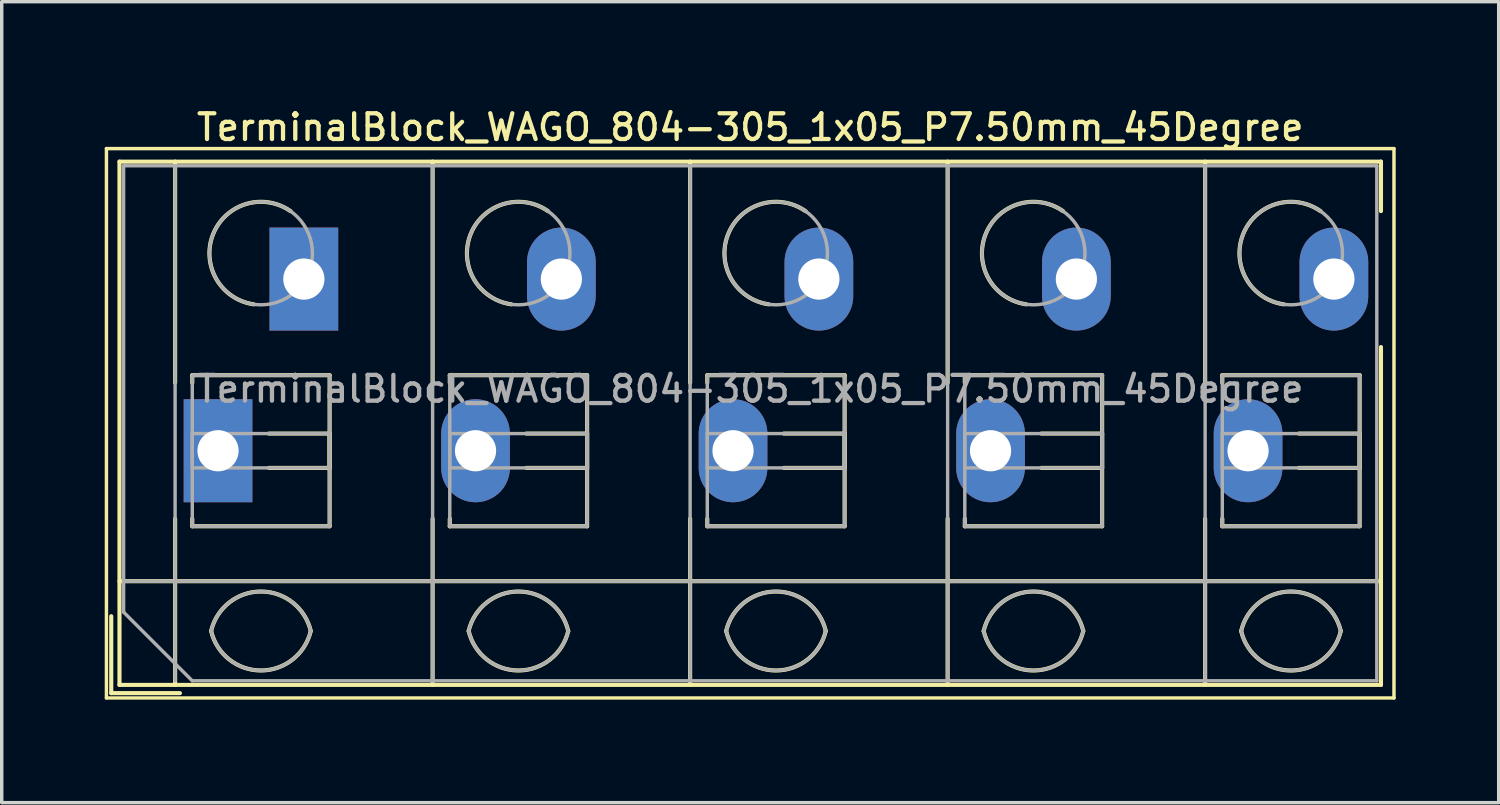
<source format=kicad_pcb>
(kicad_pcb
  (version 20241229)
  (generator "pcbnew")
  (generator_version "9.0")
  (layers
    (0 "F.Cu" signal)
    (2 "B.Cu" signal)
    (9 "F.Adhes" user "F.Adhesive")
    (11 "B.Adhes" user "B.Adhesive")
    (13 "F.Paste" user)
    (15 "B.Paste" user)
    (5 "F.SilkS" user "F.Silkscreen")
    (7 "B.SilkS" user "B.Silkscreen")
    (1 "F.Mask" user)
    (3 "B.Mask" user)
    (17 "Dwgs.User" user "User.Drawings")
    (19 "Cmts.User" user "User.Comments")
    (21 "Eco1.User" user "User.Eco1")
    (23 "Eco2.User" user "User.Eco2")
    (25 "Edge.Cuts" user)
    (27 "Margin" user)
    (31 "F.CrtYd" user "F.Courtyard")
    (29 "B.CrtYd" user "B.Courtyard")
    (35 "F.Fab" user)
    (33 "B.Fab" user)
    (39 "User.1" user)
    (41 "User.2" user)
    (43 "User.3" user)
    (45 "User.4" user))
  (footprint "TerminalBlock_WAGO_804-305_1x05_P7.50mm_45Degree"
    (layer "F.Cu")
    (at 3.3 10.078)
    (property "Reference" "TerminalBlock_WAGO_804-305_1x05_P7.50mm_45Degree" (at 15.5 -9.42 0) (layer "F.SilkS") (effects (font (size 0.75 0.75) (thickness 0.125))))
    (attr through_hole)
    (fp_line (start -3.25 -8.8) (end -3.25 7.2) (stroke (width 0.1) (type solid)) (layer "F.SilkS"))
    (fp_line (start -3.25 7.2) (end 34.25 7.2) (stroke (width 0.1) (type solid)) (layer "F.SilkS"))
    (fp_line (start -3.11 4.82) (end -3.11 7.06) (stroke (width 0.12) (type solid)) (layer "F.SilkS"))
    (fp_line (start -3.11 7.06) (end -1.11 7.06) (stroke (width 0.12) (type solid)) (layer "F.SilkS"))
    (fp_line (start -2.87 -8.42) (end -2.87 6.82) (stroke (width 0.12) (type solid)) (layer "F.SilkS"))
    (fp_line (start -2.87 -8.42) (end 33.871 -8.42) (stroke (width 0.12) (type solid)) (layer "F.SilkS"))
    (fp_line (start -2.87 3.8) (end 33.871 3.8) (stroke (width 0.12) (type solid)) (layer "F.SilkS"))
    (fp_line (start -2.87 6.82) (end 33.871 6.82) (stroke (width 0.12) (type solid)) (layer "F.SilkS"))
    (fp_line (start -1.25 -8.42) (end -1.25 -1.98) (stroke (width 0.12) (type solid)) (layer "F.SilkS"))
    (fp_line (start -1.25 1.98) (end -1.25 6.82) (stroke (width 0.12) (type solid)) (layer "F.SilkS"))
    (fp_line (start -0.75 -2.2) (end -0.75 -1.98) (stroke (width 0.12) (type solid)) (layer "F.SilkS"))
    (fp_line (start -0.75 -2.2) (end 3.25 -2.2) (stroke (width 0.12) (type solid)) (layer "F.SilkS"))
    (fp_line (start -0.75 1.98) (end -0.75 2.2) (stroke (width 0.12) (type solid)) (layer "F.SilkS"))
    (fp_line (start -0.75 2.2) (end 3.25 2.2) (stroke (width 0.12) (type solid)) (layer "F.SilkS"))
    (fp_line (start 1.48 -0.5) (end 3.25 -0.5) (stroke (width 0.12) (type solid)) (layer "F.SilkS"))
    (fp_line (start 1.48 0.5) (end 3.25 0.5) (stroke (width 0.12) (type solid)) (layer "F.SilkS"))
    (fp_line (start 3.25 -2.2) (end 3.25 2.2) (stroke (width 0.12) (type solid)) (layer "F.SilkS"))
    (fp_line (start 3.25 -0.5) (end 3.25 0.5) (stroke (width 0.12) (type solid)) (layer "F.SilkS"))
    (fp_line (start 6.25 -8.42) (end 6.25 -1.98) (stroke (width 0.12) (type solid)) (layer "F.SilkS"))
    (fp_line (start 6.25 1.98) (end 6.25 6.82) (stroke (width 0.12) (type solid)) (layer "F.SilkS"))
    (fp_line (start 6.75 -2.2) (end 6.75 -1.98) (stroke (width 0.12) (type solid)) (layer "F.SilkS"))
    (fp_line (start 6.75 -2.2) (end 10.75 -2.2) (stroke (width 0.12) (type solid)) (layer "F.SilkS"))
    (fp_line (start 6.75 1.98) (end 6.75 2.2) (stroke (width 0.12) (type solid)) (layer "F.SilkS"))
    (fp_line (start 6.75 2.2) (end 10.75 2.2) (stroke (width 0.12) (type solid)) (layer "F.SilkS"))
    (fp_line (start 8.98 -0.5) (end 10.75 -0.5) (stroke (width 0.12) (type solid)) (layer "F.SilkS"))
    (fp_line (start 8.98 0.5) (end 10.75 0.5) (stroke (width 0.12) (type solid)) (layer "F.SilkS"))
    (fp_line (start 10.75 -2.2) (end 10.75 2.2) (stroke (width 0.12) (type solid)) (layer "F.SilkS"))
    (fp_line (start 10.75 -0.5) (end 10.75 0.5) (stroke (width 0.12) (type solid)) (layer "F.SilkS"))
    (fp_line (start 13.75 -8.42) (end 13.75 -1.98) (stroke (width 0.12) (type solid)) (layer "F.SilkS"))
    (fp_line (start 13.75 1.98) (end 13.75 6.82) (stroke (width 0.12) (type solid)) (layer "F.SilkS"))
    (fp_line (start 14.25 -2.2) (end 14.25 -1.98) (stroke (width 0.12) (type solid)) (layer "F.SilkS"))
    (fp_line (start 14.25 -2.2) (end 18.25 -2.2) (stroke (width 0.12) (type solid)) (layer "F.SilkS"))
    (fp_line (start 14.25 1.98) (end 14.25 2.2) (stroke (width 0.12) (type solid)) (layer "F.SilkS"))
    (fp_line (start 14.25 2.2) (end 18.25 2.2) (stroke (width 0.12) (type solid)) (layer "F.SilkS"))
    (fp_line (start 16.48 -0.5) (end 18.25 -0.5) (stroke (width 0.12) (type solid)) (layer "F.SilkS"))
    (fp_line (start 16.48 0.5) (end 18.25 0.5) (stroke (width 0.12) (type solid)) (layer "F.SilkS"))
    (fp_line (start 18.25 -2.2) (end 18.25 2.2) (stroke (width 0.12) (type solid)) (layer "F.SilkS"))
    (fp_line (start 18.25 -0.5) (end 18.25 0.5) (stroke (width 0.12) (type solid)) (layer "F.SilkS"))
    (fp_line (start 21.25 -8.42) (end 21.25 -1.98) (stroke (width 0.12) (type solid)) (layer "F.SilkS"))
    (fp_line (start 21.25 1.98) (end 21.25 6.82) (stroke (width 0.12) (type solid)) (layer "F.SilkS"))
    (fp_line (start 21.75 -2.2) (end 21.75 -1.98) (stroke (width 0.12) (type solid)) (layer "F.SilkS"))
    (fp_line (start 21.75 -2.2) (end 25.75 -2.2) (stroke (width 0.12) (type solid)) (layer "F.SilkS"))
    (fp_line (start 21.75 1.98) (end 21.75 2.2) (stroke (width 0.12) (type solid)) (layer "F.SilkS"))
    (fp_line (start 21.75 2.2) (end 25.75 2.2) (stroke (width 0.12) (type solid)) (layer "F.SilkS"))
    (fp_line (start 23.98 -0.5) (end 25.75 -0.5) (stroke (width 0.12) (type solid)) (layer "F.SilkS"))
    (fp_line (start 23.98 0.5) (end 25.75 0.5) (stroke (width 0.12) (type solid)) (layer "F.SilkS"))
    (fp_line (start 25.75 -2.2) (end 25.75 2.2) (stroke (width 0.12) (type solid)) (layer "F.SilkS"))
    (fp_line (start 25.75 -0.5) (end 25.75 0.5) (stroke (width 0.12) (type solid)) (layer "F.SilkS"))
    (fp_line (start 28.75 -8.42) (end 28.75 -1.98) (stroke (width 0.12) (type solid)) (layer "F.SilkS"))
    (fp_line (start 28.75 1.98) (end 28.75 6.82) (stroke (width 0.12) (type solid)) (layer "F.SilkS"))
    (fp_line (start 29.25 -2.2) (end 29.25 -1.98) (stroke (width 0.12) (type solid)) (layer "F.SilkS"))
    (fp_line (start 29.25 -2.2) (end 33.25 -2.2) (stroke (width 0.12) (type solid)) (layer "F.SilkS"))
    (fp_line (start 29.25 1.98) (end 29.25 2.2) (stroke (width 0.12) (type solid)) (layer "F.SilkS"))
    (fp_line (start 29.25 2.2) (end 33.25 2.2) (stroke (width 0.12) (type solid)) (layer "F.SilkS"))
    (fp_line (start 31.48 -0.5) (end 33.25 -0.5) (stroke (width 0.12) (type solid)) (layer "F.SilkS"))
    (fp_line (start 31.48 0.5) (end 33.25 0.5) (stroke (width 0.12) (type solid)) (layer "F.SilkS"))
    (fp_line (start 33.25 -2.2) (end 33.25 2.2) (stroke (width 0.12) (type solid)) (layer "F.SilkS"))
    (fp_line (start 33.25 -0.5) (end 33.25 0.5) (stroke (width 0.12) (type solid)) (layer "F.SilkS"))
    (fp_line (start 33.871 -8.42) (end 33.871 -6.98) (stroke (width 0.12) (type solid)) (layer "F.SilkS"))
    (fp_line (start 33.871 -3.02) (end 33.871 6.82) (stroke (width 0.12) (type solid)) (layer "F.SilkS"))
    (fp_line (start 34.25 -8.8) (end -3.25 -8.8) (stroke (width 0.1) (type solid)) (layer "F.SilkS"))
    (fp_line (start 34.25 7.2) (end 34.25 -8.8) (stroke (width 0.1) (type solid)) (layer "F.SilkS"))
    (fp_arc (start -0.200865 5.250424) (mid 1.250296 4.099926) (end 2.701 5.251) (stroke (width 0.12) (type solid)) (layer "F.SilkS"))
    (fp_arc (start 1.040798 -4.264067) (mid -0.146039 -6.300306) (end 2.111 -6.979) (stroke (width 0.12) (type solid)) (layer "F.SilkS"))
    (fp_arc (start 2.7 5.25) (mid 1.250068 6.400101) (end -0.199969 5.250133) (stroke (width 0.12) (type solid)) (layer "F.SilkS"))
    (fp_arc (start 7.299135 5.250424) (mid 8.750296 4.099926) (end 10.201 5.251) (stroke (width 0.12) (type solid)) (layer "F.SilkS"))
    (fp_arc (start 8.540798 -4.264067) (mid 7.353961 -6.300306) (end 9.611 -6.979) (stroke (width 0.12) (type solid)) (layer "F.SilkS"))
    (fp_arc (start 10.2 5.25) (mid 8.750068 6.400101) (end 7.300031 5.250133) (stroke (width 0.12) (type solid)) (layer "F.SilkS"))
    (fp_arc (start 14.799135 5.250424) (mid 16.250296 4.099926) (end 17.701 5.251) (stroke (width 0.12) (type solid)) (layer "F.SilkS"))
    (fp_arc (start 16.040798 -4.264067) (mid 14.853961 -6.300306) (end 17.111 -6.979) (stroke (width 0.12) (type solid)) (layer "F.SilkS"))
    (fp_arc (start 17.7 5.25) (mid 16.250068 6.400101) (end 14.800031 5.250133) (stroke (width 0.12) (type solid)) (layer "F.SilkS"))
    (fp_arc (start 22.299135 5.250424) (mid 23.750296 4.099926) (end 25.201 5.251) (stroke (width 0.12) (type solid)) (layer "F.SilkS"))
    (fp_arc (start 23.540798 -4.264067) (mid 22.353961 -6.300306) (end 24.611 -6.979) (stroke (width 0.12) (type solid)) (layer "F.SilkS"))
    (fp_arc (start 25.2 5.25) (mid 23.750068 6.400101) (end 22.300031 5.250133) (stroke (width 0.12) (type solid)) (layer "F.SilkS"))
    (fp_arc (start 29.799135 5.250424) (mid 31.250296 4.099926) (end 32.701 5.251) (stroke (width 0.12) (type solid)) (layer "F.SilkS"))
    (fp_arc (start 31.040798 -4.264067) (mid 29.853961 -6.300306) (end 32.111 -6.979) (stroke (width 0.12) (type solid)) (layer "F.SilkS"))
    (fp_arc (start 32.701 5.25) (mid 31.250296 6.401074) (end 29.799135 5.250576) (stroke (width 0.12) (type solid)) (layer "F.SilkS"))
    (fp_line (start -2.75 -8.3) (end 33.75 -8.3) (stroke (width 0.1) (type solid)) (layer "F.Fab"))
    (fp_line (start -2.75 3.8) (end 33.75 3.8) (stroke (width 0.1) (type solid)) (layer "F.Fab"))
    (fp_line (start -2.75 4.7) (end -2.75 -8.3) (stroke (width 0.1) (type solid)) (layer "F.Fab"))
    (fp_line (start -1.25 -8.3) (end -1.25 6.7) (stroke (width 0.1) (type solid)) (layer "F.Fab"))
    (fp_line (start -0.75 -2.2) (end -0.75 2.2) (stroke (width 0.1) (type solid)) (layer "F.Fab"))
    (fp_line (start -0.75 -0.5) (end -0.75 0.5) (stroke (width 0.1) (type solid)) (layer "F.Fab"))
    (fp_line (start -0.75 0.5) (end 3.25 0.5) (stroke (width 0.1) (type solid)) (layer "F.Fab"))
    (fp_line (start -0.75 2.2) (end 3.25 2.2) (stroke (width 0.1) (type solid)) (layer "F.Fab"))
    (fp_line (start -0.75 6.7) (end -2.75 4.7) (stroke (width 0.1) (type solid)) (layer "F.Fab"))
    (fp_line (start 3.25 -2.2) (end -0.75 -2.2) (stroke (width 0.1) (type solid)) (layer "F.Fab"))
    (fp_line (start 3.25 -0.5) (end -0.75 -0.5) (stroke (width 0.1) (type solid)) (layer "F.Fab"))
    (fp_line (start 3.25 0.5) (end 3.25 -0.5) (stroke (width 0.1) (type solid)) (layer "F.Fab"))
    (fp_line (start 3.25 2.2) (end 3.25 -2.2) (stroke (width 0.1) (type solid)) (layer "F.Fab"))
    (fp_line (start 6.25 -8.3) (end 6.25 6.7) (stroke (width 0.1) (type solid)) (layer "F.Fab"))
    (fp_line (start 6.75 -2.2) (end 6.75 2.2) (stroke (width 0.1) (type solid)) (layer "F.Fab"))
    (fp_line (start 6.75 -0.5) (end 6.75 0.5) (stroke (width 0.1) (type solid)) (layer "F.Fab"))
    (fp_line (start 6.75 0.5) (end 10.75 0.5) (stroke (width 0.1) (type solid)) (layer "F.Fab"))
    (fp_line (start 6.75 2.2) (end 10.75 2.2) (stroke (width 0.1) (type solid)) (layer "F.Fab"))
    (fp_line (start 10.75 -2.2) (end 6.75 -2.2) (stroke (width 0.1) (type solid)) (layer "F.Fab"))
    (fp_line (start 10.75 -0.5) (end 6.75 -0.5) (stroke (width 0.1) (type solid)) (layer "F.Fab"))
    (fp_line (start 10.75 0.5) (end 10.75 -0.5) (stroke (width 0.1) (type solid)) (layer "F.Fab"))
    (fp_line (start 10.75 2.2) (end 10.75 -2.2) (stroke (width 0.1) (type solid)) (layer "F.Fab"))
    (fp_line (start 13.75 -8.3) (end 13.75 6.7) (stroke (width 0.1) (type solid)) (layer "F.Fab"))
    (fp_line (start 14.25 -2.2) (end 14.25 2.2) (stroke (width 0.1) (type solid)) (layer "F.Fab"))
    (fp_line (start 14.25 -0.5) (end 14.25 0.5) (stroke (width 0.1) (type solid)) (layer "F.Fab"))
    (fp_line (start 14.25 0.5) (end 18.25 0.5) (stroke (width 0.1) (type solid)) (layer "F.Fab"))
    (fp_line (start 14.25 2.2) (end 18.25 2.2) (stroke (width 0.1) (type solid)) (layer "F.Fab"))
    (fp_line (start 18.25 -2.2) (end 14.25 -2.2) (stroke (width 0.1) (type solid)) (layer "F.Fab"))
    (fp_line (start 18.25 -0.5) (end 14.25 -0.5) (stroke (width 0.1) (type solid)) (layer "F.Fab"))
    (fp_line (start 18.25 0.5) (end 18.25 -0.5) (stroke (width 0.1) (type solid)) (layer "F.Fab"))
    (fp_line (start 18.25 2.2) (end 18.25 -2.2) (stroke (width 0.1) (type solid)) (layer "F.Fab"))
    (fp_line (start 21.25 -8.3) (end 21.25 6.7) (stroke (width 0.1) (type solid)) (layer "F.Fab"))
    (fp_line (start 21.75 -2.2) (end 21.75 2.2) (stroke (width 0.1) (type solid)) (layer "F.Fab"))
    (fp_line (start 21.75 -0.5) (end 21.75 0.5) (stroke (width 0.1) (type solid)) (layer "F.Fab"))
    (fp_line (start 21.75 0.5) (end 25.75 0.5) (stroke (width 0.1) (type solid)) (layer "F.Fab"))
    (fp_line (start 21.75 2.2) (end 25.75 2.2) (stroke (width 0.1) (type solid)) (layer "F.Fab"))
    (fp_line (start 25.75 -2.2) (end 21.75 -2.2) (stroke (width 0.1) (type solid)) (layer "F.Fab"))
    (fp_line (start 25.75 -0.5) (end 21.75 -0.5) (stroke (width 0.1) (type solid)) (layer "F.Fab"))
    (fp_line (start 25.75 0.5) (end 25.75 -0.5) (stroke (width 0.1) (type solid)) (layer "F.Fab"))
    (fp_line (start 25.75 2.2) (end 25.75 -2.2) (stroke (width 0.1) (type solid)) (layer "F.Fab"))
    (fp_line (start 28.75 -8.3) (end 28.75 6.7) (stroke (width 0.1) (type solid)) (layer "F.Fab"))
    (fp_line (start 29.25 -2.2) (end 29.25 2.2) (stroke (width 0.1) (type solid)) (layer "F.Fab"))
    (fp_line (start 29.25 -0.5) (end 29.25 0.5) (stroke (width 0.1) (type solid)) (layer "F.Fab"))
    (fp_line (start 29.25 0.5) (end 33.25 0.5) (stroke (width 0.1) (type solid)) (layer "F.Fab"))
    (fp_line (start 29.25 2.2) (end 33.25 2.2) (stroke (width 0.1) (type solid)) (layer "F.Fab"))
    (fp_line (start 33.25 -2.2) (end 29.25 -2.2) (stroke (width 0.1) (type solid)) (layer "F.Fab"))
    (fp_line (start 33.25 -0.5) (end 29.25 -0.5) (stroke (width 0.1) (type solid)) (layer "F.Fab"))
    (fp_line (start 33.25 0.5) (end 33.25 -0.5) (stroke (width 0.1) (type solid)) (layer "F.Fab"))
    (fp_line (start 33.25 2.2) (end 33.25 -2.2) (stroke (width 0.1) (type solid)) (layer "F.Fab"))
    (fp_line (start 33.75 -8.3) (end 33.75 6.7) (stroke (width 0.1) (type solid)) (layer "F.Fab"))
    (fp_line (start 33.75 6.7) (end -0.75 6.7) (stroke (width 0.1) (type solid)) (layer "F.Fab"))
    (fp_arc (start -0.200865 5.250424) (mid 1.250296 4.099926) (end 2.701 5.251) (stroke (width 0.1) (type solid)) (layer "F.Fab"))
    (fp_arc (start 2.7 5.25) (mid 1.250068 6.400101) (end -0.199969 5.250133) (stroke (width 0.1) (type solid)) (layer "F.Fab"))
    (fp_arc (start 7.299135 5.250424) (mid 8.750296 4.099926) (end 10.201 5.251) (stroke (width 0.1) (type solid)) (layer "F.Fab"))
    (fp_arc (start 10.2 5.25) (mid 8.750068 6.400101) (end 7.300031 5.250133) (stroke (width 0.1) (type solid)) (layer "F.Fab"))
    (fp_arc (start 14.799135 5.250424) (mid 16.250296 4.099926) (end 17.701 5.251) (stroke (width 0.1) (type solid)) (layer "F.Fab"))
    (fp_arc (start 17.7 5.25) (mid 16.250068 6.400101) (end 14.800031 5.250133) (stroke (width 0.1) (type solid)) (layer "F.Fab"))
    (fp_arc (start 22.299135 5.250424) (mid 23.750296 4.099926) (end 25.201 5.251) (stroke (width 0.1) (type solid)) (layer "F.Fab"))
    (fp_arc (start 25.2 5.25) (mid 23.750068 6.400101) (end 22.300031 5.250133) (stroke (width 0.1) (type solid)) (layer "F.Fab"))
    (fp_arc (start 29.799135 5.250424) (mid 31.250296 4.099926) (end 32.701 5.251) (stroke (width 0.1) (type solid)) (layer "F.Fab"))
    (fp_arc (start 32.701 5.25) (mid 31.250296 6.401074) (end 29.799135 5.250576) (stroke (width 0.1) (type solid)) (layer "F.Fab"))
    (fp_circle (center 1.25 -5.75) (end 2.75 -5.75) (stroke (width 0.1) (type solid)) (fill no) (layer "F.Fab"))
    (fp_circle (center 8.75 -5.75) (end 10.25 -5.75) (stroke (width 0.1) (type solid)) (fill no) (layer "F.Fab"))
    (fp_circle (center 16.25 -5.75) (end 17.75 -5.75) (stroke (width 0.1) (type solid)) (fill no) (layer "F.Fab"))
    (fp_circle (center 23.75 -5.75) (end 25.25 -5.75) (stroke (width 0.1) (type solid)) (fill no) (layer "F.Fab"))
    (fp_circle (center 31.25 -5.75) (end 32.75 -5.75) (stroke (width 0.1) (type solid)) (fill no) (layer "F.Fab"))
    (fp_text user "${REFERENCE}" (at 15.5 -1.8 0) (layer "F.Fab") (effects (font (size 0.75 0.75) (thickness 0.125))))
    (pad "1" thru_hole rect (at 0 0) (size 2 3) (drill 1.2) (layers "*.Cu" "*.Mask"))
    (pad "1" thru_hole rect (at 2.5 -5) (size 2 3) (drill 1.2) (layers "*.Cu" "*.Mask"))
    (pad "2" thru_hole oval (at 7.5 0) (size 2 3) (drill 1.2) (layers "*.Cu" "*.Mask"))
    (pad "2" thru_hole oval (at 10 -5) (size 2 3) (drill 1.2) (layers "*.Cu" "*.Mask"))
    (pad "3" thru_hole oval (at 15 0) (size 2 3) (drill 1.2) (layers "*.Cu" "*.Mask"))
    (pad "3" thru_hole oval (at 17.5 -5) (size 2 3) (drill 1.2) (layers "*.Cu" "*.Mask"))
    (pad "4" thru_hole oval (at 22.5 0) (size 2 3) (drill 1.2) (layers "*.Cu" "*.Mask"))
    (pad "4" thru_hole oval (at 25 -5) (size 2 3) (drill 1.2) (layers "*.Cu" "*.Mask"))
    (pad "5" thru_hole oval (at 30 0) (size 2 3) (drill 1.2) (layers "*.Cu" "*.Mask"))
    (pad "5" thru_hole oval (at 32.5 -5) (size 2 3) (drill 1.2) (layers "*.Cu" "*.Mask")))
  (gr_rect
    (start -3 -3)
    (end 40.6 20.328)
    (stroke (width 0.1) (type default))
    (fill no)
    (layer "Edge.Cuts")))
</source>
